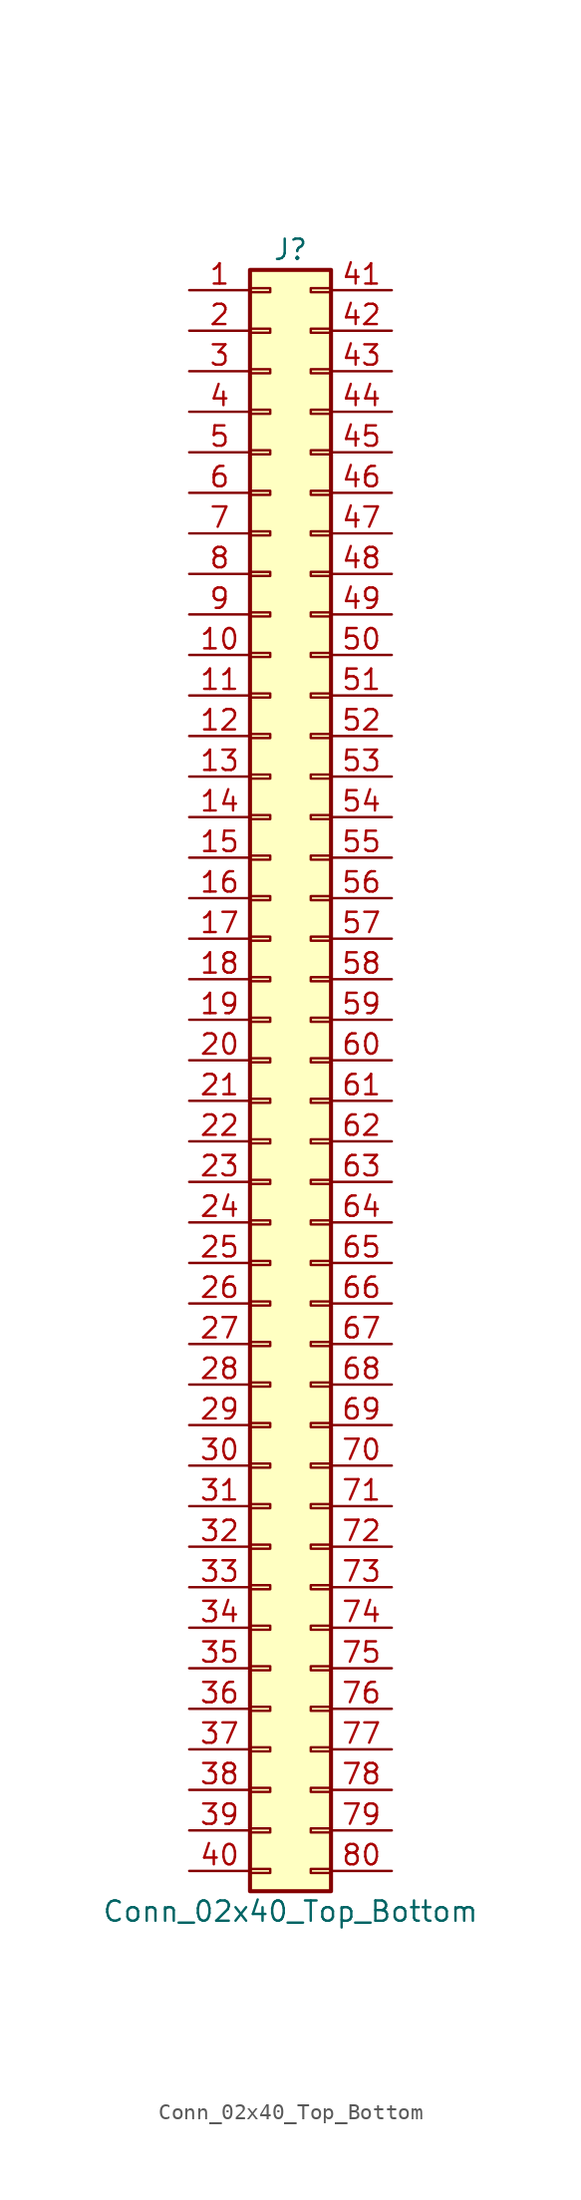
<source format=kicad_sym>
(kicad_symbol_lib
  (version 20211014)
  (generator kicad_symbol_editor)
  (symbol "Conn_02x40_Top_Bottom"
    (pin_names
      (offset 1.016) hide)
    (property "Reference" "J"
      (at 1.27 50.8 0)
      (effects (font (size 1.27 1.27))))
    (property "Value" "Conn_02x40_Top_Bottom"
      (at 1.27 -53.34 0)
      (effects (font (size 1.27 1.27))))
    (symbol "Conn_02x40_Top_Bottom_1_1"
      (rectangle (start -1.27 -50.673) (end 0 -50.927) (stroke (width 0.152) (type default) (color 0 0 0 0)) (fill (type none)))
      (rectangle (start -1.27 -48.133) (end 0 -48.387) (stroke (width 0.152) (type default) (color 0 0 0 0)) (fill (type none)))
      (rectangle (start -1.27 -45.593) (end 0 -45.847) (stroke (width 0.152) (type default) (color 0 0 0 0)) (fill (type none)))
      (rectangle (start -1.27 -43.053) (end 0 -43.307) (stroke (width 0.152) (type default) (color 0 0 0 0)) (fill (type none)))
      (rectangle (start -1.27 -40.513) (end 0 -40.767) (stroke (width 0.152) (type default) (color 0 0 0 0)) (fill (type none)))
      (rectangle (start -1.27 -37.973) (end 0 -38.227) (stroke (width 0.152) (type default) (color 0 0 0 0)) (fill (type none)))
      (rectangle (start -1.27 -35.433) (end 0 -35.687) (stroke (width 0.152) (type default) (color 0 0 0 0)) (fill (type none)))
      (rectangle (start -1.27 -32.893) (end 0 -33.147) (stroke (width 0.152) (type default) (color 0 0 0 0)) (fill (type none)))
      (rectangle (start -1.27 -30.353) (end 0 -30.607) (stroke (width 0.152) (type default) (color 0 0 0 0)) (fill (type none)))
      (rectangle (start -1.27 -27.813) (end 0 -28.067) (stroke (width 0.152) (type default) (color 0 0 0 0)) (fill (type none)))
      (rectangle (start -1.27 -25.273) (end 0 -25.527) (stroke (width 0.152) (type default) (color 0 0 0 0)) (fill (type none)))
      (rectangle (start -1.27 -22.733) (end 0 -22.987) (stroke (width 0.152) (type default) (color 0 0 0 0)) (fill (type none)))
      (rectangle (start -1.27 -20.193) (end 0 -20.447) (stroke (width 0.152) (type default) (color 0 0 0 0)) (fill (type none)))
      (rectangle (start -1.27 -17.653) (end 0 -17.907) (stroke (width 0.152) (type default) (color 0 0 0 0)) (fill (type none)))
      (rectangle (start -1.27 -15.113) (end 0 -15.367) (stroke (width 0.152) (type default) (color 0 0 0 0)) (fill (type none)))
      (rectangle (start -1.27 -12.573) (end 0 -12.827) (stroke (width 0.152) (type default) (color 0 0 0 0)) (fill (type none)))
      (rectangle (start -1.27 -10.033) (end 0 -10.287) (stroke (width 0.152) (type default) (color 0 0 0 0)) (fill (type none)))
      (rectangle (start -1.27 -7.493) (end 0 -7.747) (stroke (width 0.152) (type default) (color 0 0 0 0)) (fill (type none)))
      (rectangle (start -1.27 -4.953) (end 0 -5.207) (stroke (width 0.152) (type default) (color 0 0 0 0)) (fill (type none)))
      (rectangle (start -1.27 -2.413) (end 0 -2.667) (stroke (width 0.152) (type default) (color 0 0 0 0)) (fill (type none)))
      (rectangle (start -1.27 0.127) (end 0 -0.127) (stroke (width 0.152) (type default) (color 0 0 0 0)) (fill (type none)))
      (rectangle (start -1.27 2.667) (end 0 2.413) (stroke (width 0.152) (type default) (color 0 0 0 0)) (fill (type none)))
      (rectangle (start -1.27 5.207) (end 0 4.953) (stroke (width 0.152) (type default) (color 0 0 0 0)) (fill (type none)))
      (rectangle (start -1.27 7.747) (end 0 7.493) (stroke (width 0.152) (type default) (color 0 0 0 0)) (fill (type none)))
      (rectangle (start -1.27 10.287) (end 0 10.033) (stroke (width 0.152) (type default) (color 0 0 0 0)) (fill (type none)))
      (rectangle (start -1.27 12.827) (end 0 12.573) (stroke (width 0.152) (type default) (color 0 0 0 0)) (fill (type none)))
      (rectangle (start -1.27 15.367) (end 0 15.113) (stroke (width 0.152) (type default) (color 0 0 0 0)) (fill (type none)))
      (rectangle (start -1.27 17.907) (end 0 17.653) (stroke (width 0.152) (type default) (color 0 0 0 0)) (fill (type none)))
      (rectangle (start -1.27 20.447) (end 0 20.193) (stroke (width 0.152) (type default) (color 0 0 0 0)) (fill (type none)))
      (rectangle (start -1.27 22.987) (end 0 22.733) (stroke (width 0.152) (type default) (color 0 0 0 0)) (fill (type none)))
      (rectangle (start -1.27 25.527) (end 0 25.273) (stroke (width 0.152) (type default) (color 0 0 0 0)) (fill (type none)))
      (rectangle (start -1.27 28.067) (end 0 27.813) (stroke (width 0.152) (type default) (color 0 0 0 0)) (fill (type none)))
      (rectangle (start -1.27 30.607) (end 0 30.353) (stroke (width 0.152) (type default) (color 0 0 0 0)) (fill (type none)))
      (rectangle (start -1.27 33.147) (end 0 32.893) (stroke (width 0.152) (type default) (color 0 0 0 0)) (fill (type none)))
      (rectangle (start -1.27 35.687) (end 0 35.433) (stroke (width 0.152) (type default) (color 0 0 0 0)) (fill (type none)))
      (rectangle (start -1.27 38.227) (end 0 37.973) (stroke (width 0.152) (type default) (color 0 0 0 0)) (fill (type none)))
      (rectangle (start -1.27 40.767) (end 0 40.513) (stroke (width 0.152) (type default) (color 0 0 0 0)) (fill (type none)))
      (rectangle (start -1.27 43.307) (end 0 43.053) (stroke (width 0.152) (type default) (color 0 0 0 0)) (fill (type none)))
      (rectangle (start -1.27 45.847) (end 0 45.593) (stroke (width 0.152) (type default) (color 0 0 0 0)) (fill (type none)))
      (rectangle (start -1.27 48.387) (end 0 48.133) (stroke (width 0.152) (type default) (color 0 0 0 0)) (fill (type none)))
      (rectangle (start -1.27 49.53) (end 3.81 -52.07) (stroke (width 0.254) (type default) (color 0 0 0 0)) (fill (type background)))
      (rectangle (start 3.81 -50.673) (end 2.54 -50.927) (stroke (width 0.152) (type default) (color 0 0 0 0)) (fill (type none)))
      (rectangle (start 3.81 -48.133) (end 2.54 -48.387) (stroke (width 0.152) (type default) (color 0 0 0 0)) (fill (type none)))
      (rectangle (start 3.81 -45.593) (end 2.54 -45.847) (stroke (width 0.152) (type default) (color 0 0 0 0)) (fill (type none)))
      (rectangle (start 3.81 -43.053) (end 2.54 -43.307) (stroke (width 0.152) (type default) (color 0 0 0 0)) (fill (type none)))
      (rectangle (start 3.81 -40.513) (end 2.54 -40.767) (stroke (width 0.152) (type default) (color 0 0 0 0)) (fill (type none)))
      (rectangle (start 3.81 -37.973) (end 2.54 -38.227) (stroke (width 0.152) (type default) (color 0 0 0 0)) (fill (type none)))
      (rectangle (start 3.81 -35.433) (end 2.54 -35.687) (stroke (width 0.152) (type default) (color 0 0 0 0)) (fill (type none)))
      (rectangle (start 3.81 -32.893) (end 2.54 -33.147) (stroke (width 0.152) (type default) (color 0 0 0 0)) (fill (type none)))
      (rectangle (start 3.81 -30.353) (end 2.54 -30.607) (stroke (width 0.152) (type default) (color 0 0 0 0)) (fill (type none)))
      (rectangle (start 3.81 -27.813) (end 2.54 -28.067) (stroke (width 0.152) (type default) (color 0 0 0 0)) (fill (type none)))
      (rectangle (start 3.81 -25.273) (end 2.54 -25.527) (stroke (width 0.152) (type default) (color 0 0 0 0)) (fill (type none)))
      (rectangle (start 3.81 -22.733) (end 2.54 -22.987) (stroke (width 0.152) (type default) (color 0 0 0 0)) (fill (type none)))
      (rectangle (start 3.81 -20.193) (end 2.54 -20.447) (stroke (width 0.152) (type default) (color 0 0 0 0)) (fill (type none)))
      (rectangle (start 3.81 -17.653) (end 2.54 -17.907) (stroke (width 0.152) (type default) (color 0 0 0 0)) (fill (type none)))
      (rectangle (start 3.81 -15.113) (end 2.54 -15.367) (stroke (width 0.152) (type default) (color 0 0 0 0)) (fill (type none)))
      (rectangle (start 3.81 -12.573) (end 2.54 -12.827) (stroke (width 0.152) (type default) (color 0 0 0 0)) (fill (type none)))
      (rectangle (start 3.81 -10.033) (end 2.54 -10.287) (stroke (width 0.152) (type default) (color 0 0 0 0)) (fill (type none)))
      (rectangle (start 3.81 -7.493) (end 2.54 -7.747) (stroke (width 0.152) (type default) (color 0 0 0 0)) (fill (type none)))
      (rectangle (start 3.81 -4.953) (end 2.54 -5.207) (stroke (width 0.152) (type default) (color 0 0 0 0)) (fill (type none)))
      (rectangle (start 3.81 -2.413) (end 2.54 -2.667) (stroke (width 0.152) (type default) (color 0 0 0 0)) (fill (type none)))
      (rectangle (start 3.81 0.127) (end 2.54 -0.127) (stroke (width 0.152) (type default) (color 0 0 0 0)) (fill (type none)))
      (rectangle (start 3.81 2.667) (end 2.54 2.413) (stroke (width 0.152) (type default) (color 0 0 0 0)) (fill (type none)))
      (rectangle (start 3.81 5.207) (end 2.54 4.953) (stroke (width 0.152) (type default) (color 0 0 0 0)) (fill (type none)))
      (rectangle (start 3.81 7.747) (end 2.54 7.493) (stroke (width 0.152) (type default) (color 0 0 0 0)) (fill (type none)))
      (rectangle (start 3.81 10.287) (end 2.54 10.033) (stroke (width 0.152) (type default) (color 0 0 0 0)) (fill (type none)))
      (rectangle (start 3.81 12.827) (end 2.54 12.573) (stroke (width 0.152) (type default) (color 0 0 0 0)) (fill (type none)))
      (rectangle (start 3.81 15.367) (end 2.54 15.113) (stroke (width 0.152) (type default) (color 0 0 0 0)) (fill (type none)))
      (rectangle (start 3.81 17.907) (end 2.54 17.653) (stroke (width 0.152) (type default) (color 0 0 0 0)) (fill (type none)))
      (rectangle (start 3.81 20.447) (end 2.54 20.193) (stroke (width 0.152) (type default) (color 0 0 0 0)) (fill (type none)))
      (rectangle (start 3.81 22.987) (end 2.54 22.733) (stroke (width 0.152) (type default) (color 0 0 0 0)) (fill (type none)))
      (rectangle (start 3.81 25.527) (end 2.54 25.273) (stroke (width 0.152) (type default) (color 0 0 0 0)) (fill (type none)))
      (rectangle (start 3.81 28.067) (end 2.54 27.813) (stroke (width 0.152) (type default) (color 0 0 0 0)) (fill (type none)))
      (rectangle (start 3.81 30.607) (end 2.54 30.353) (stroke (width 0.152) (type default) (color 0 0 0 0)) (fill (type none)))
      (rectangle (start 3.81 33.147) (end 2.54 32.893) (stroke (width 0.152) (type default) (color 0 0 0 0)) (fill (type none)))
      (rectangle (start 3.81 35.687) (end 2.54 35.433) (stroke (width 0.152) (type default) (color 0 0 0 0)) (fill (type none)))
      (rectangle (start 3.81 38.227) (end 2.54 37.973) (stroke (width 0.152) (type default) (color 0 0 0 0)) (fill (type none)))
      (rectangle (start 3.81 40.767) (end 2.54 40.513) (stroke (width 0.152) (type default) (color 0 0 0 0)) (fill (type none)))
      (rectangle (start 3.81 43.307) (end 2.54 43.053) (stroke (width 0.152) (type default) (color 0 0 0 0)) (fill (type none)))
      (rectangle (start 3.81 45.847) (end 2.54 45.593) (stroke (width 0.152) (type default) (color 0 0 0 0)) (fill (type none)))
      (rectangle (start 3.81 48.387) (end 2.54 48.133) (stroke (width 0.152) (type default) (color 0 0 0 0)) (fill (type none)))
      (pin passive line (at -5.08 48.26 0) (length 3.81) (name "Pin_1" (effects (font (size 1.27 1.27)))) (number "1" (effects (font (size 1.27 1.27)))))
      (pin passive line (at -5.08 25.4 0) (length 3.81) (name "Pin_10" (effects (font (size 1.27 1.27)))) (number "10" (effects (font (size 1.27 1.27)))))
      (pin passive line (at -5.08 22.86 0) (length 3.81) (name "Pin_11" (effects (font (size 1.27 1.27)))) (number "11" (effects (font (size 1.27 1.27)))))
      (pin passive line (at -5.08 20.32 0) (length 3.81) (name "Pin_12" (effects (font (size 1.27 1.27)))) (number "12" (effects (font (size 1.27 1.27)))))
      (pin passive line (at -5.08 17.78 0) (length 3.81) (name "Pin_13" (effects (font (size 1.27 1.27)))) (number "13" (effects (font (size 1.27 1.27)))))
      (pin passive line (at -5.08 15.24 0) (length 3.81) (name "Pin_14" (effects (font (size 1.27 1.27)))) (number "14" (effects (font (size 1.27 1.27)))))
      (pin passive line (at -5.08 12.7 0) (length 3.81) (name "Pin_15" (effects (font (size 1.27 1.27)))) (number "15" (effects (font (size 1.27 1.27)))))
      (pin passive line (at -5.08 10.16 0) (length 3.81) (name "Pin_16" (effects (font (size 1.27 1.27)))) (number "16" (effects (font (size 1.27 1.27)))))
      (pin passive line (at -5.08 7.62 0) (length 3.81) (name "Pin_17" (effects (font (size 1.27 1.27)))) (number "17" (effects (font (size 1.27 1.27)))))
      (pin passive line (at -5.08 5.08 0) (length 3.81) (name "Pin_18" (effects (font (size 1.27 1.27)))) (number "18" (effects (font (size 1.27 1.27)))))
      (pin passive line (at -5.08 2.54 0) (length 3.81) (name "Pin_19" (effects (font (size 1.27 1.27)))) (number "19" (effects (font (size 1.27 1.27)))))
      (pin passive line (at -5.08 45.72 0) (length 3.81) (name "Pin_2" (effects (font (size 1.27 1.27)))) (number "2" (effects (font (size 1.27 1.27)))))
      (pin passive line (at -5.08 0 0) (length 3.81) (name "Pin_20" (effects (font (size 1.27 1.27)))) (number "20" (effects (font (size 1.27 1.27)))))
      (pin passive line (at -5.08 -2.54 0) (length 3.81) (name "Pin_21" (effects (font (size 1.27 1.27)))) (number "21" (effects (font (size 1.27 1.27)))))
      (pin passive line (at -5.08 -5.08 0) (length 3.81) (name "Pin_22" (effects (font (size 1.27 1.27)))) (number "22" (effects (font (size 1.27 1.27)))))
      (pin passive line (at -5.08 -7.62 0) (length 3.81) (name "Pin_23" (effects (font (size 1.27 1.27)))) (number "23" (effects (font (size 1.27 1.27)))))
      (pin passive line (at -5.08 -10.16 0) (length 3.81) (name "Pin_24" (effects (font (size 1.27 1.27)))) (number "24" (effects (font (size 1.27 1.27)))))
      (pin passive line (at -5.08 -12.7 0) (length 3.81) (name "Pin_25" (effects (font (size 1.27 1.27)))) (number "25" (effects (font (size 1.27 1.27)))))
      (pin passive line (at -5.08 -15.24 0) (length 3.81) (name "Pin_26" (effects (font (size 1.27 1.27)))) (number "26" (effects (font (size 1.27 1.27)))))
      (pin passive line (at -5.08 -17.78 0) (length 3.81) (name "Pin_27" (effects (font (size 1.27 1.27)))) (number "27" (effects (font (size 1.27 1.27)))))
      (pin passive line (at -5.08 -20.32 0) (length 3.81) (name "Pin_28" (effects (font (size 1.27 1.27)))) (number "28" (effects (font (size 1.27 1.27)))))
      (pin passive line (at -5.08 -22.86 0) (length 3.81) (name "Pin_29" (effects (font (size 1.27 1.27)))) (number "29" (effects (font (size 1.27 1.27)))))
      (pin passive line (at -5.08 43.18 0) (length 3.81) (name "Pin_3" (effects (font (size 1.27 1.27)))) (number "3" (effects (font (size 1.27 1.27)))))
      (pin passive line (at -5.08 -25.4 0) (length 3.81) (name "Pin_30" (effects (font (size 1.27 1.27)))) (number "30" (effects (font (size 1.27 1.27)))))
      (pin passive line (at -5.08 -27.94 0) (length 3.81) (name "Pin_31" (effects (font (size 1.27 1.27)))) (number "31" (effects (font (size 1.27 1.27)))))
      (pin passive line (at -5.08 -30.48 0) (length 3.81) (name "Pin_32" (effects (font (size 1.27 1.27)))) (number "32" (effects (font (size 1.27 1.27)))))
      (pin passive line (at -5.08 -33.02 0) (length 3.81) (name "Pin_33" (effects (font (size 1.27 1.27)))) (number "33" (effects (font (size 1.27 1.27)))))
      (pin passive line (at -5.08 -35.56 0) (length 3.81) (name "Pin_34" (effects (font (size 1.27 1.27)))) (number "34" (effects (font (size 1.27 1.27)))))
      (pin passive line (at -5.08 -38.1 0) (length 3.81) (name "Pin_35" (effects (font (size 1.27 1.27)))) (number "35" (effects (font (size 1.27 1.27)))))
      (pin passive line (at -5.08 -40.64 0) (length 3.81) (name "Pin_36" (effects (font (size 1.27 1.27)))) (number "36" (effects (font (size 1.27 1.27)))))
      (pin passive line (at -5.08 -43.18 0) (length 3.81) (name "Pin_37" (effects (font (size 1.27 1.27)))) (number "37" (effects (font (size 1.27 1.27)))))
      (pin passive line (at -5.08 -45.72 0) (length 3.81) (name "Pin_38" (effects (font (size 1.27 1.27)))) (number "38" (effects (font (size 1.27 1.27)))))
      (pin passive line (at -5.08 -48.26 0) (length 3.81) (name "Pin_39" (effects (font (size 1.27 1.27)))) (number "39" (effects (font (size 1.27 1.27)))))
      (pin passive line (at -5.08 40.64 0) (length 3.81) (name "Pin_4" (effects (font (size 1.27 1.27)))) (number "4" (effects (font (size 1.27 1.27)))))
      (pin passive line (at -5.08 -50.8 0) (length 3.81) (name "Pin_40" (effects (font (size 1.27 1.27)))) (number "40" (effects (font (size 1.27 1.27)))))
      (pin passive line (at 7.62 48.26 180) (length 3.81) (name "Pin_41" (effects (font (size 1.27 1.27)))) (number "41" (effects (font (size 1.27 1.27)))))
      (pin passive line (at 7.62 45.72 180) (length 3.81) (name "Pin_42" (effects (font (size 1.27 1.27)))) (number "42" (effects (font (size 1.27 1.27)))))
      (pin passive line (at 7.62 43.18 180) (length 3.81) (name "Pin_43" (effects (font (size 1.27 1.27)))) (number "43" (effects (font (size 1.27 1.27)))))
      (pin passive line (at 7.62 40.64 180) (length 3.81) (name "Pin_44" (effects (font (size 1.27 1.27)))) (number "44" (effects (font (size 1.27 1.27)))))
      (pin passive line (at 7.62 38.1 180) (length 3.81) (name "Pin_45" (effects (font (size 1.27 1.27)))) (number "45" (effects (font (size 1.27 1.27)))))
      (pin passive line (at 7.62 35.56 180) (length 3.81) (name "Pin_46" (effects (font (size 1.27 1.27)))) (number "46" (effects (font (size 1.27 1.27)))))
      (pin passive line (at 7.62 33.02 180) (length 3.81) (name "Pin_47" (effects (font (size 1.27 1.27)))) (number "47" (effects (font (size 1.27 1.27)))))
      (pin passive line (at 7.62 30.48 180) (length 3.81) (name "Pin_48" (effects (font (size 1.27 1.27)))) (number "48" (effects (font (size 1.27 1.27)))))
      (pin passive line (at 7.62 27.94 180) (length 3.81) (name "Pin_49" (effects (font (size 1.27 1.27)))) (number "49" (effects (font (size 1.27 1.27)))))
      (pin passive line (at -5.08 38.1 0) (length 3.81) (name "Pin_5" (effects (font (size 1.27 1.27)))) (number "5" (effects (font (size 1.27 1.27)))))
      (pin passive line (at 7.62 25.4 180) (length 3.81) (name "Pin_50" (effects (font (size 1.27 1.27)))) (number "50" (effects (font (size 1.27 1.27)))))
      (pin passive line (at 7.62 22.86 180) (length 3.81) (name "Pin_51" (effects (font (size 1.27 1.27)))) (number "51" (effects (font (size 1.27 1.27)))))
      (pin passive line (at 7.62 20.32 180) (length 3.81) (name "Pin_52" (effects (font (size 1.27 1.27)))) (number "52" (effects (font (size 1.27 1.27)))))
      (pin passive line (at 7.62 17.78 180) (length 3.81) (name "Pin_53" (effects (font (size 1.27 1.27)))) (number "53" (effects (font (size 1.27 1.27)))))
      (pin passive line (at 7.62 15.24 180) (length 3.81) (name "Pin_54" (effects (font (size 1.27 1.27)))) (number "54" (effects (font (size 1.27 1.27)))))
      (pin passive line (at 7.62 12.7 180) (length 3.81) (name "Pin_55" (effects (font (size 1.27 1.27)))) (number "55" (effects (font (size 1.27 1.27)))))
      (pin passive line (at 7.62 10.16 180) (length 3.81) (name "Pin_56" (effects (font (size 1.27 1.27)))) (number "56" (effects (font (size 1.27 1.27)))))
      (pin passive line (at 7.62 7.62 180) (length 3.81) (name "Pin_57" (effects (font (size 1.27 1.27)))) (number "57" (effects (font (size 1.27 1.27)))))
      (pin passive line (at 7.62 5.08 180) (length 3.81) (name "Pin_58" (effects (font (size 1.27 1.27)))) (number "58" (effects (font (size 1.27 1.27)))))
      (pin passive line (at 7.62 2.54 180) (length 3.81) (name "Pin_59" (effects (font (size 1.27 1.27)))) (number "59" (effects (font (size 1.27 1.27)))))
      (pin passive line (at -5.08 35.56 0) (length 3.81) (name "Pin_6" (effects (font (size 1.27 1.27)))) (number "6" (effects (font (size 1.27 1.27)))))
      (pin passive line (at 7.62 0 180) (length 3.81) (name "Pin_60" (effects (font (size 1.27 1.27)))) (number "60" (effects (font (size 1.27 1.27)))))
      (pin passive line (at 7.62 -2.54 180) (length 3.81) (name "Pin_61" (effects (font (size 1.27 1.27)))) (number "61" (effects (font (size 1.27 1.27)))))
      (pin passive line (at 7.62 -5.08 180) (length 3.81) (name "Pin_62" (effects (font (size 1.27 1.27)))) (number "62" (effects (font (size 1.27 1.27)))))
      (pin passive line (at 7.62 -7.62 180) (length 3.81) (name "Pin_63" (effects (font (size 1.27 1.27)))) (number "63" (effects (font (size 1.27 1.27)))))
      (pin passive line (at 7.62 -10.16 180) (length 3.81) (name "Pin_64" (effects (font (size 1.27 1.27)))) (number "64" (effects (font (size 1.27 1.27)))))
      (pin passive line (at 7.62 -12.7 180) (length 3.81) (name "Pin_65" (effects (font (size 1.27 1.27)))) (number "65" (effects (font (size 1.27 1.27)))))
      (pin passive line (at 7.62 -15.24 180) (length 3.81) (name "Pin_66" (effects (font (size 1.27 1.27)))) (number "66" (effects (font (size 1.27 1.27)))))
      (pin passive line (at 7.62 -17.78 180) (length 3.81) (name "Pin_67" (effects (font (size 1.27 1.27)))) (number "67" (effects (font (size 1.27 1.27)))))
      (pin passive line (at 7.62 -20.32 180) (length 3.81) (name "Pin_68" (effects (font (size 1.27 1.27)))) (number "68" (effects (font (size 1.27 1.27)))))
      (pin passive line (at 7.62 -22.86 180) (length 3.81) (name "Pin_69" (effects (font (size 1.27 1.27)))) (number "69" (effects (font (size 1.27 1.27)))))
      (pin passive line (at -5.08 33.02 0) (length 3.81) (name "Pin_7" (effects (font (size 1.27 1.27)))) (number "7" (effects (font (size 1.27 1.27)))))
      (pin passive line (at 7.62 -25.4 180) (length 3.81) (name "Pin_70" (effects (font (size 1.27 1.27)))) (number "70" (effects (font (size 1.27 1.27)))))
      (pin passive line (at 7.62 -27.94 180) (length 3.81) (name "Pin_71" (effects (font (size 1.27 1.27)))) (number "71" (effects (font (size 1.27 1.27)))))
      (pin passive line (at 7.62 -30.48 180) (length 3.81) (name "Pin_72" (effects (font (size 1.27 1.27)))) (number "72" (effects (font (size 1.27 1.27)))))
      (pin passive line (at 7.62 -33.02 180) (length 3.81) (name "Pin_73" (effects (font (size 1.27 1.27)))) (number "73" (effects (font (size 1.27 1.27)))))
      (pin passive line (at 7.62 -35.56 180) (length 3.81) (name "Pin_74" (effects (font (size 1.27 1.27)))) (number "74" (effects (font (size 1.27 1.27)))))
      (pin passive line (at 7.62 -38.1 180) (length 3.81) (name "Pin_75" (effects (font (size 1.27 1.27)))) (number "75" (effects (font (size 1.27 1.27)))))
      (pin passive line (at 7.62 -40.64 180) (length 3.81) (name "Pin_76" (effects (font (size 1.27 1.27)))) (number "76" (effects (font (size 1.27 1.27)))))
      (pin passive line (at 7.62 -43.18 180) (length 3.81) (name "Pin_77" (effects (font (size 1.27 1.27)))) (number "77" (effects (font (size 1.27 1.27)))))
      (pin passive line (at 7.62 -45.72 180) (length 3.81) (name "Pin_78" (effects (font (size 1.27 1.27)))) (number "78" (effects (font (size 1.27 1.27)))))
      (pin passive line (at 7.62 -48.26 180) (length 3.81) (name "Pin_79" (effects (font (size 1.27 1.27)))) (number "79" (effects (font (size 1.27 1.27)))))
      (pin passive line (at -5.08 30.48 0) (length 3.81) (name "Pin_8" (effects (font (size 1.27 1.27)))) (number "8" (effects (font (size 1.27 1.27)))))
      (pin passive line (at 7.62 -50.8 180) (length 3.81) (name "Pin_80" (effects (font (size 1.27 1.27)))) (number "80" (effects (font (size 1.27 1.27)))))
      (pin passive line (at -5.08 27.94 0) (length 3.81) (name "Pin_9" (effects (font (size 1.27 1.27)))) (number "9" (effects (font (size 1.27 1.27))))))))
</source>
